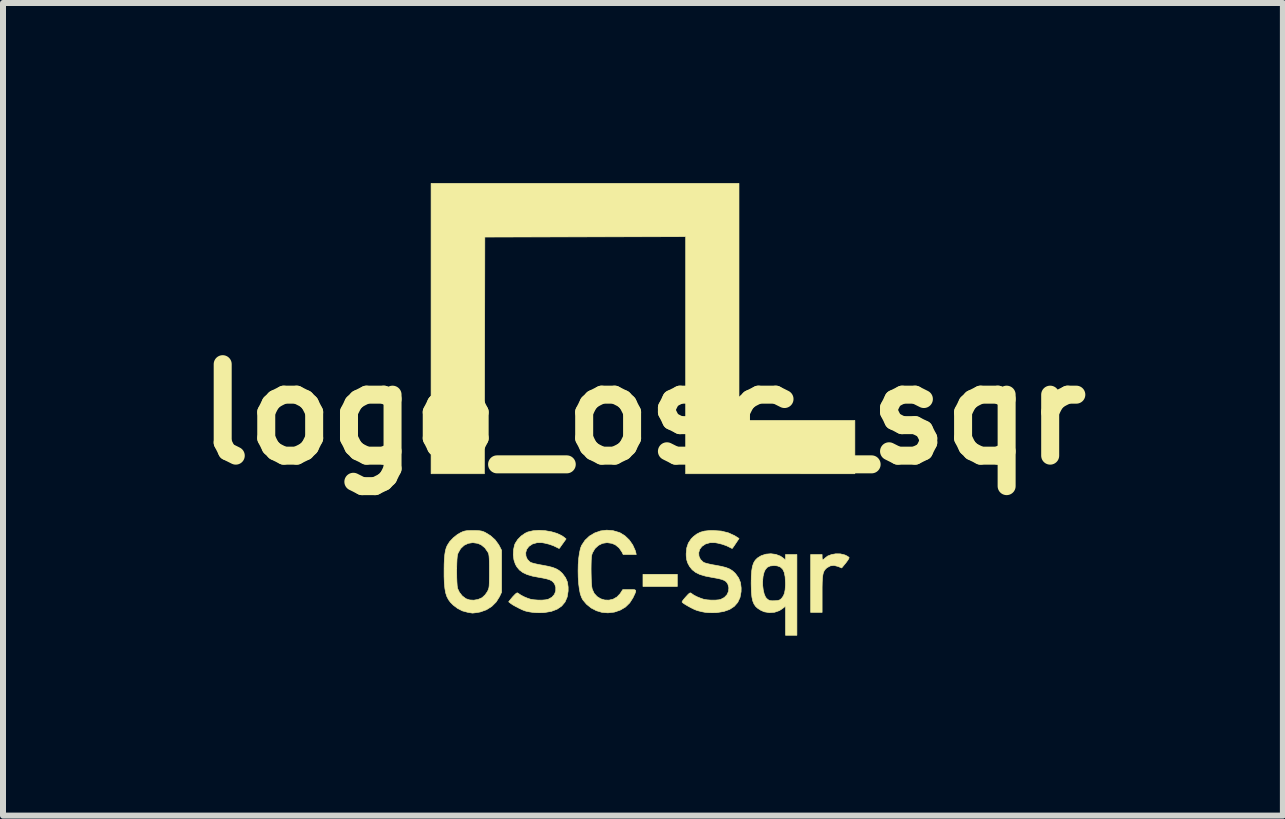
<source format=kicad_pcb>
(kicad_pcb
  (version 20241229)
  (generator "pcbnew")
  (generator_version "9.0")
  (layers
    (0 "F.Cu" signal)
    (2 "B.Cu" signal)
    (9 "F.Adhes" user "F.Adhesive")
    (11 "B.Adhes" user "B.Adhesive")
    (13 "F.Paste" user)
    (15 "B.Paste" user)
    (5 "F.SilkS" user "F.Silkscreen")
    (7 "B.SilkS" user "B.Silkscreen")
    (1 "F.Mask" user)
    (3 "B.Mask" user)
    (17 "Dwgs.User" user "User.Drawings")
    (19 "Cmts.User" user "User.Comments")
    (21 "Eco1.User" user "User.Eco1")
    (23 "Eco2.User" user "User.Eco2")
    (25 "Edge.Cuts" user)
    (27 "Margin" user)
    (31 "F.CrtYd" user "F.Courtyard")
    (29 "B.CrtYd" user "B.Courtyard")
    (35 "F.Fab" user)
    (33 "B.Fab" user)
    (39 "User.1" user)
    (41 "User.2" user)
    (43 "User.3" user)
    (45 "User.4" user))
  (footprint "logo_osc_sqr"
    (layer "F.Cu")
    (at 7.664 3.853)
    (property "Reference" "logo_osc_sqr" (at 0 0 0) (layer "F.SilkS") (effects (font (size 1.524 1.524) (thickness 0.3))))
    (attr through_hole)
    (fp_poly (pts (xy 0.572 2.87) (xy 0 2.87) (xy 0 2.667) (xy 0.572 2.667) (xy 0.572 2.87)) (stroke (width 0.01) (type solid)) (fill yes) (layer "F.SilkS"))
    (fp_poly (pts (xy 1.6 0.102) (xy 3.531 0.102) (xy 3.531 0.991) (xy 0.711 0.991) (xy 0.711 -2.959) (xy -2.635 -2.953) (xy -2.642 0.991) (xy -3.531 0.991) (xy -3.531 -3.848) (xy 1.6 -3.848) (xy 1.6 0.102)) (stroke (width 0.01) (type solid)) (fill yes) (layer "F.SilkS"))
    (fp_poly (pts (xy 3.288 2.326) (xy 3.356 2.342) (xy 3.373 2.348) (xy 3.407 2.366) (xy 3.43 2.382) (xy 3.435 2.386) (xy 3.431 2.402) (xy 3.414 2.431) (xy 3.387 2.468) (xy 3.377 2.481) (xy 3.311 2.561) (xy 3.251 2.536) (xy 3.184 2.519) (xy 3.123 2.526) (xy 3.066 2.557) (xy 3.056 2.566) (xy 3.035 2.587) (xy 3.019 2.61) (xy 3.006 2.64) (xy 2.997 2.679) (xy 2.991 2.73) (xy 2.987 2.797) (xy 2.985 2.883) (xy 2.985 2.99) (xy 2.985 3.009) (xy 2.985 3.302) (xy 2.794 3.302) (xy 2.794 2.337) (xy 2.985 2.337) (xy 2.985 2.381) (xy 2.988 2.415) (xy 2.999 2.424) (xy 3.02 2.41) (xy 3.03 2.399) (xy 3.078 2.362) (xy 3.141 2.338) (xy 3.213 2.325) (xy 3.288 2.326)) (stroke (width 0.01) (type solid)) (fill yes) (layer "F.SilkS"))
    (fp_poly (pts (xy 2.214 2.335) (xy 2.29 2.364) (xy 2.346 2.403) (xy 2.375 2.43) (xy 2.375 2.337) (xy 2.565 2.337) (xy 2.565 3.683) (xy 2.375 3.683) (xy 2.375 3.196) (xy 2.346 3.222) (xy 2.275 3.271) (xy 2.194 3.299) (xy 2.108 3.306) (xy 2.023 3.292) (xy 1.968 3.269) (xy 1.918 3.238) (xy 1.879 3.204) (xy 1.85 3.162) (xy 1.829 3.111) (xy 1.815 3.046) (xy 1.807 2.964) (xy 1.804 2.862) (xy 1.803 2.813) (xy 1.804 2.776) (xy 1.994 2.776) (xy 1.995 2.854) (xy 2.004 2.928) (xy 2.02 2.995) (xy 2.042 3.046) (xy 2.06 3.069) (xy 2.088 3.092) (xy 2.115 3.104) (xy 2.15 3.108) (xy 2.202 3.107) (xy 2.202 3.107) (xy 2.247 3.103) (xy 2.277 3.094) (xy 2.3 3.077) (xy 2.313 3.064) (xy 2.34 3.026) (xy 2.358 2.981) (xy 2.369 2.923) (xy 2.374 2.848) (xy 2.374 2.807) (xy 2.369 2.71) (xy 2.354 2.635) (xy 2.328 2.581) (xy 2.289 2.545) (xy 2.237 2.526) (xy 2.184 2.521) (xy 2.119 2.528) (xy 2.071 2.55) (xy 2.037 2.591) (xy 2.017 2.636) (xy 2.001 2.702) (xy 1.994 2.776) (xy 1.804 2.776) (xy 1.805 2.699) (xy 1.812 2.608) (xy 1.824 2.535) (xy 1.844 2.477) (xy 1.871 2.432) (xy 1.908 2.395) (xy 1.956 2.365) (xy 1.972 2.356) (xy 2.048 2.331) (xy 2.131 2.324) (xy 2.214 2.335)) (stroke (width 0.01) (type solid)) (fill yes) (layer "F.SilkS"))
    (fp_poly (pts (xy -0.501 1.939) (xy -0.398 1.969) (xy -0.382 1.975) (xy -0.301 2.025) (xy -0.229 2.094) (xy -0.171 2.177) (xy -0.129 2.27) (xy -0.12 2.302) (xy -0.112 2.337) (xy -0.33 2.337) (xy -0.35 2.296) (xy -0.398 2.226) (xy -0.461 2.175) (xy -0.518 2.151) (xy -0.599 2.139) (xy -0.675 2.151) (xy -0.743 2.185) (xy -0.8 2.238) (xy -0.841 2.308) (xy -0.852 2.34) (xy -0.858 2.374) (xy -0.862 2.428) (xy -0.864 2.497) (xy -0.865 2.575) (xy -0.864 2.656) (xy -0.862 2.736) (xy -0.859 2.808) (xy -0.854 2.867) (xy -0.847 2.908) (xy -0.845 2.915) (xy -0.813 2.985) (xy -0.764 3.038) (xy -0.704 3.075) (xy -0.637 3.095) (xy -0.566 3.097) (xy -0.497 3.081) (xy -0.434 3.045) (xy -0.381 2.99) (xy -0.375 2.981) (xy -0.337 2.922) (xy -0.225 2.922) (xy -0.172 2.921) (xy -0.138 2.924) (xy -0.122 2.934) (xy -0.121 2.954) (xy -0.134 2.989) (xy -0.16 3.043) (xy -0.166 3.057) (xy -0.221 3.143) (xy -0.293 3.213) (xy -0.38 3.264) (xy -0.478 3.297) (xy -0.584 3.309) (xy -0.683 3.301) (xy -0.775 3.274) (xy -0.863 3.228) (xy -0.94 3.166) (xy -1.001 3.094) (xy -1.022 3.055) (xy -1.044 2.995) (xy -1.06 2.915) (xy -1.072 2.821) (xy -1.079 2.717) (xy -1.081 2.609) (xy -1.079 2.502) (xy -1.071 2.4) (xy -1.058 2.309) (xy -1.041 2.233) (xy -1.023 2.186) (xy -0.966 2.1) (xy -0.892 2.03) (xy -0.805 1.978) (xy -0.708 1.944) (xy -0.606 1.931) (xy -0.501 1.939)) (stroke (width 0.01) (type solid)) (fill yes) (layer "F.SilkS"))
    (fp_poly (pts (xy -2.769 1.938) (xy -2.723 1.941) (xy -2.687 1.947) (xy -2.654 1.958) (xy -2.626 1.971) (xy -2.541 2.023) (xy -2.465 2.091) (xy -2.406 2.171) (xy -2.393 2.194) (xy -2.356 2.267) (xy -2.356 2.965) (xy -2.39 3.038) (xy -2.446 3.128) (xy -2.52 3.202) (xy -2.609 3.258) (xy -2.71 3.294) (xy -2.752 3.302) (xy -2.796 3.308) (xy -2.829 3.312) (xy -2.845 3.313) (xy -2.845 3.313) (xy -2.86 3.31) (xy -2.892 3.305) (xy -2.921 3.3) (xy -3.01 3.276) (xy -3.091 3.234) (xy -3.163 3.179) (xy -3.207 3.135) (xy -3.241 3.089) (xy -3.268 3.037) (xy -3.288 2.976) (xy -3.301 2.902) (xy -3.31 2.812) (xy -3.314 2.703) (xy -3.314 2.644) (xy -3.104 2.644) (xy -3.103 2.724) (xy -3.1 2.796) (xy -3.096 2.856) (xy -3.09 2.898) (xy -3.088 2.905) (xy -3.058 2.968) (xy -3.011 3.027) (xy -2.952 3.072) (xy -2.948 3.074) (xy -2.888 3.094) (xy -2.819 3.098) (xy -2.749 3.086) (xy -2.688 3.06) (xy -2.678 3.054) (xy -2.631 3.01) (xy -2.592 2.955) (xy -2.591 2.953) (xy -2.581 2.931) (xy -2.573 2.911) (xy -2.567 2.889) (xy -2.563 2.86) (xy -2.561 2.821) (xy -2.56 2.767) (xy -2.559 2.696) (xy -2.559 2.617) (xy -2.559 2.524) (xy -2.56 2.454) (xy -2.562 2.402) (xy -2.565 2.364) (xy -2.569 2.336) (xy -2.575 2.316) (xy -2.583 2.299) (xy -2.634 2.226) (xy -2.697 2.175) (xy -2.754 2.151) (xy -2.836 2.139) (xy -2.912 2.151) (xy -2.981 2.184) (xy -3.038 2.238) (xy -3.079 2.309) (xy -3.087 2.33) (xy -3.094 2.364) (xy -3.099 2.418) (xy -3.102 2.486) (xy -3.104 2.563) (xy -3.104 2.644) (xy -3.314 2.644) (xy -3.314 2.616) (xy -3.313 2.502) (xy -3.309 2.41) (xy -3.302 2.335) (xy -3.292 2.274) (xy -3.278 2.224) (xy -3.262 2.187) (xy -3.22 2.121) (xy -3.16 2.058) (xy -3.09 2.002) (xy -3.039 1.973) (xy -3.002 1.956) (xy -2.97 1.946) (xy -2.934 1.94) (xy -2.887 1.938) (xy -2.832 1.937) (xy -2.769 1.938)) (stroke (width 0.01) (type solid)) (fill yes) (layer "F.SilkS"))
    (fp_poly (pts (xy -1.628 1.94) (xy -1.525 1.958) (xy -1.43 1.986) (xy -1.35 2.025) (xy -1.317 2.048) (xy -1.281 2.077) (xy -1.335 2.153) (xy -1.362 2.19) (xy -1.382 2.219) (xy -1.393 2.234) (xy -1.393 2.235) (xy -1.406 2.233) (xy -1.431 2.22) (xy -1.435 2.218) (xy -1.493 2.19) (xy -1.565 2.165) (xy -1.639 2.147) (xy -1.679 2.14) (xy -1.766 2.14) (xy -1.842 2.162) (xy -1.901 2.202) (xy -1.938 2.251) (xy -1.954 2.307) (xy -1.95 2.364) (xy -1.927 2.417) (xy -1.886 2.459) (xy -1.868 2.47) (xy -1.841 2.479) (xy -1.795 2.491) (xy -1.736 2.504) (xy -1.674 2.515) (xy -1.58 2.533) (xy -1.505 2.552) (xy -1.447 2.575) (xy -1.4 2.602) (xy -1.359 2.637) (xy -1.34 2.656) (xy -1.29 2.724) (xy -1.259 2.796) (xy -1.247 2.879) (xy -1.247 2.946) (xy -1.263 3.045) (xy -1.299 3.129) (xy -1.355 3.196) (xy -1.431 3.248) (xy -1.526 3.284) (xy -1.642 3.304) (xy -1.67 3.306) (xy -1.731 3.307) (xy -1.797 3.305) (xy -1.839 3.301) (xy -1.891 3.293) (xy -1.94 3.283) (xy -1.966 3.276) (xy -2.009 3.259) (xy -2.062 3.234) (xy -2.118 3.205) (xy -2.168 3.177) (xy -2.204 3.152) (xy -2.208 3.149) (xy -2.238 3.125) (xy -2.2 3.077) (xy -2.169 3.04) (xy -2.137 3.007) (xy -2.129 2.998) (xy -2.105 2.979) (xy -2.09 2.976) (xy -2.073 2.987) (xy -2.035 3.013) (xy -1.982 3.041) (xy -1.922 3.066) (xy -1.873 3.082) (xy -1.819 3.091) (xy -1.753 3.096) (xy -1.685 3.097) (xy -1.624 3.092) (xy -1.579 3.082) (xy -1.578 3.082) (xy -1.518 3.049) (xy -1.476 3.002) (xy -1.454 2.946) (xy -1.453 2.885) (xy -1.469 2.836) (xy -1.488 2.805) (xy -1.514 2.78) (xy -1.55 2.76) (xy -1.6 2.744) (xy -1.668 2.729) (xy -1.731 2.718) (xy -1.842 2.697) (xy -1.932 2.67) (xy -2.002 2.637) (xy -2.058 2.595) (xy -2.101 2.543) (xy -2.126 2.499) (xy -2.15 2.428) (xy -2.161 2.344) (xy -2.157 2.258) (xy -2.14 2.179) (xy -2.129 2.152) (xy -2.088 2.088) (xy -2.03 2.029) (xy -1.964 1.983) (xy -1.92 1.962) (xy -1.832 1.941) (xy -1.732 1.934) (xy -1.628 1.94)) (stroke (width 0.01) (type solid)) (fill yes) (layer "F.SilkS"))
    (fp_poly (pts (xy 1.303 1.946) (xy 1.421 1.975) (xy 1.527 2.023) (xy 1.544 2.034) (xy 1.601 2.07) (xy 1.548 2.149) (xy 1.522 2.188) (xy 1.501 2.218) (xy 1.49 2.234) (xy 1.49 2.235) (xy 1.477 2.233) (xy 1.452 2.22) (xy 1.448 2.218) (xy 1.39 2.19) (xy 1.318 2.165) (xy 1.244 2.147) (xy 1.204 2.14) (xy 1.117 2.14) (xy 1.041 2.162) (xy 0.982 2.202) (xy 0.945 2.251) (xy 0.929 2.307) (xy 0.933 2.365) (xy 0.957 2.418) (xy 1 2.46) (xy 1.017 2.471) (xy 1.046 2.481) (xy 1.093 2.493) (xy 1.151 2.506) (xy 1.21 2.516) (xy 1.305 2.534) (xy 1.38 2.553) (xy 1.439 2.576) (xy 1.487 2.605) (xy 1.529 2.642) (xy 1.543 2.657) (xy 1.594 2.728) (xy 1.625 2.805) (xy 1.636 2.894) (xy 1.635 2.956) (xy 1.617 3.053) (xy 1.579 3.135) (xy 1.521 3.201) (xy 1.444 3.252) (xy 1.347 3.286) (xy 1.23 3.305) (xy 1.213 3.306) (xy 1.151 3.307) (xy 1.083 3.305) (xy 1.039 3.301) (xy 0.981 3.29) (xy 0.921 3.275) (xy 0.886 3.264) (xy 0.844 3.246) (xy 0.796 3.222) (xy 0.747 3.195) (xy 0.703 3.169) (xy 0.669 3.146) (xy 0.652 3.13) (xy 0.651 3.128) (xy 0.657 3.114) (xy 0.677 3.086) (xy 0.707 3.051) (xy 0.716 3.041) (xy 0.75 3.004) (xy 0.773 2.983) (xy 0.788 2.976) (xy 0.8 2.98) (xy 0.808 2.986) (xy 0.848 3.014) (xy 0.903 3.042) (xy 0.965 3.067) (xy 1.01 3.082) (xy 1.067 3.092) (xy 1.135 3.097) (xy 1.203 3.097) (xy 1.263 3.092) (xy 1.297 3.084) (xy 1.356 3.053) (xy 1.4 3.007) (xy 1.425 2.952) (xy 1.431 2.892) (xy 1.415 2.832) (xy 1.403 2.811) (xy 1.383 2.787) (xy 1.354 2.768) (xy 1.313 2.752) (xy 1.256 2.737) (xy 1.178 2.723) (xy 1.149 2.718) (xy 1.037 2.696) (xy 0.947 2.669) (xy 0.876 2.634) (xy 0.82 2.59) (xy 0.776 2.535) (xy 0.745 2.477) (xy 0.729 2.426) (xy 0.721 2.366) (xy 0.72 2.324) (xy 0.729 2.228) (xy 0.756 2.147) (xy 0.803 2.076) (xy 0.84 2.039) (xy 0.896 1.996) (xy 0.955 1.966) (xy 1.022 1.947) (xy 1.105 1.938) (xy 1.168 1.937) (xy 1.303 1.946)) (stroke (width 0.01) (type solid)) (fill yes) (layer "F.SilkS")))
  (gr_rect
    (start -3 -3)
    (end 18.327 10.541)
    (stroke (width 0.1) (type default))
    (fill no)
    (layer "Edge.Cuts")))
</source>
